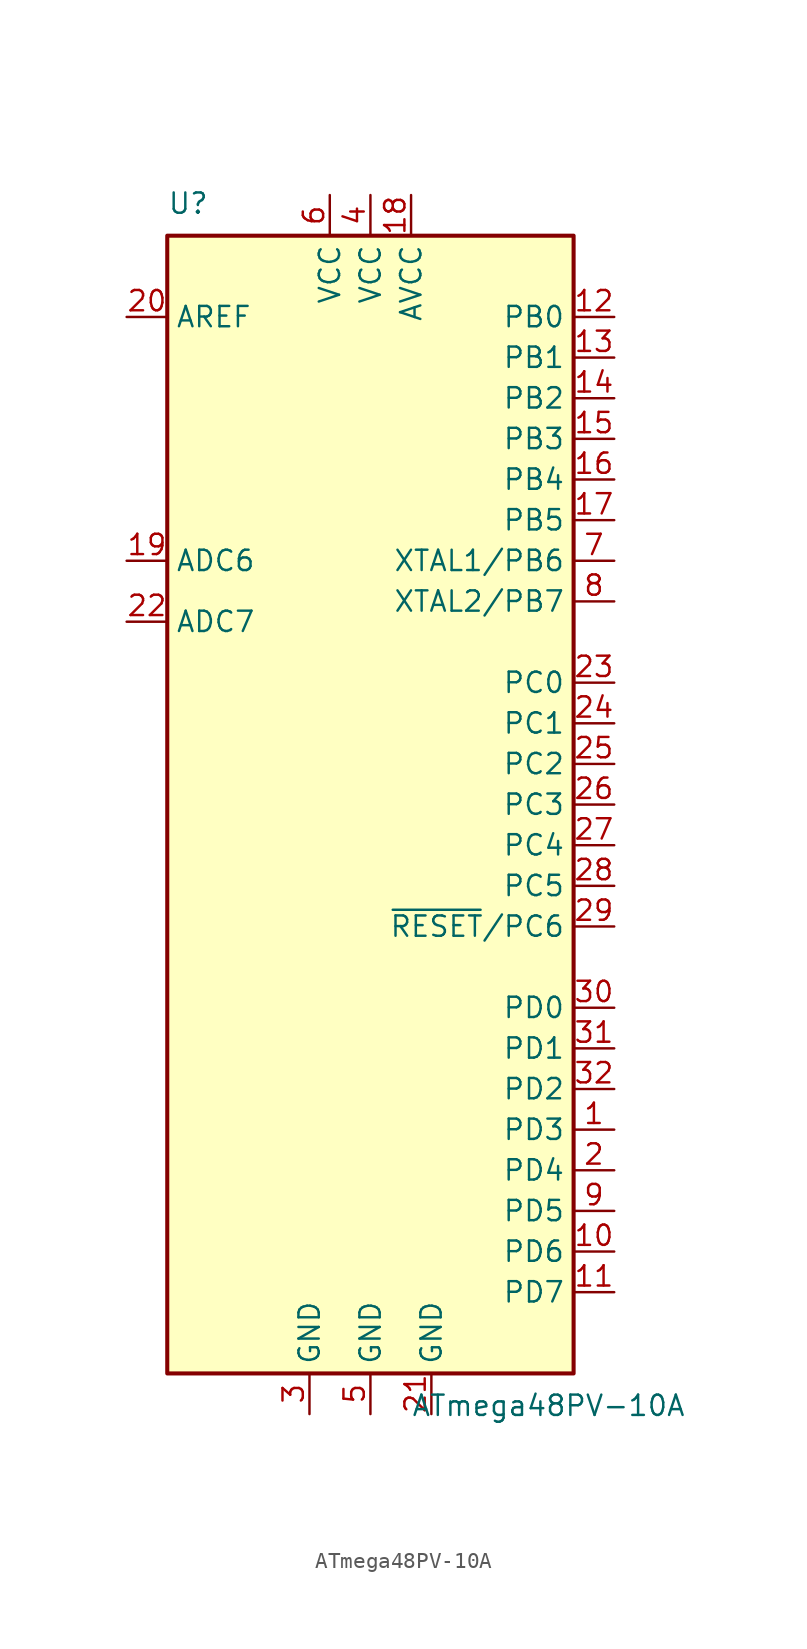
<source format=kicad_sym>
(kicad_symbol_lib
  (version 20220914)
  (generator kicad_symbol_editor)
  (symbol "ATmega48PV-10A"
    (property "Reference" "U"
      (at -12.7 36.83 0)
      (effects (font (size 1.27 1.27)) (justify left bottom)))
    (property "Value" "ATmega48PV-10A"
      (at 2.54 -36.83 0)
      (effects (font (size 1.27 1.27)) (justify left top)))
    (symbol "ATmega48PV-10A_0_1"
      (rectangle (start -12.7 35.56) (end 12.7 -35.56) (stroke (width 0.254) (type default)) (fill (type background))))
    (symbol "ATmega48PV-10A_1_1"
      (pin bidirectional line (at 15.24 -20.32 180) (length 2.54) (name "PD3" (effects (font (size 1.27 1.27)))) (number "1" (effects (font (size 1.27 1.27)))))
      (pin bidirectional line (at 15.24 -27.94 180) (length 2.54) (name "PD6" (effects (font (size 1.27 1.27)))) (number "10" (effects (font (size 1.27 1.27)))))
      (pin bidirectional line (at 15.24 -30.48 180) (length 2.54) (name "PD7" (effects (font (size 1.27 1.27)))) (number "11" (effects (font (size 1.27 1.27)))))
      (pin bidirectional line (at 15.24 30.48 180) (length 2.54) (name "PB0" (effects (font (size 1.27 1.27)))) (number "12" (effects (font (size 1.27 1.27)))))
      (pin bidirectional line (at 15.24 27.94 180) (length 2.54) (name "PB1" (effects (font (size 1.27 1.27)))) (number "13" (effects (font (size 1.27 1.27)))))
      (pin bidirectional line (at 15.24 25.4 180) (length 2.54) (name "PB2" (effects (font (size 1.27 1.27)))) (number "14" (effects (font (size 1.27 1.27)))))
      (pin bidirectional line (at 15.24 22.86 180) (length 2.54) (name "PB3" (effects (font (size 1.27 1.27)))) (number "15" (effects (font (size 1.27 1.27)))))
      (pin bidirectional line (at 15.24 20.32 180) (length 2.54) (name "PB4" (effects (font (size 1.27 1.27)))) (number "16" (effects (font (size 1.27 1.27)))))
      (pin bidirectional line (at 15.24 17.78 180) (length 2.54) (name "PB5" (effects (font (size 1.27 1.27)))) (number "17" (effects (font (size 1.27 1.27)))))
      (pin power_in line (at 2.54 38.1 270) (length 2.54) (name "AVCC" (effects (font (size 1.27 1.27)))) (number "18" (effects (font (size 1.27 1.27)))))
      (pin input line (at -15.24 15.24 0) (length 2.54) (name "ADC6" (effects (font (size 1.27 1.27)))) (number "19" (effects (font (size 1.27 1.27)))))
      (pin bidirectional line (at 15.24 -22.86 180) (length 2.54) (name "PD4" (effects (font (size 1.27 1.27)))) (number "2" (effects (font (size 1.27 1.27)))))
      (pin passive line (at -15.24 30.48 0) (length 2.54) (name "AREF" (effects (font (size 1.27 1.27)))) (number "20" (effects (font (size 1.27 1.27)))))
      (pin passive line (at 3.81 -38.1 90) (length 2.54) (name "GND" (effects (font (size 1.27 1.27)))) (number "21" (effects (font (size 1.27 1.27)))))
      (pin input line (at -15.24 11.43 0) (length 2.54) (name "ADC7" (effects (font (size 1.27 1.27)))) (number "22" (effects (font (size 1.27 1.27)))))
      (pin bidirectional line (at 15.24 7.62 180) (length 2.54) (name "PC0" (effects (font (size 1.27 1.27)))) (number "23" (effects (font (size 1.27 1.27)))))
      (pin bidirectional line (at 15.24 5.08 180) (length 2.54) (name "PC1" (effects (font (size 1.27 1.27)))) (number "24" (effects (font (size 1.27 1.27)))))
      (pin bidirectional line (at 15.24 2.54 180) (length 2.54) (name "PC2" (effects (font (size 1.27 1.27)))) (number "25" (effects (font (size 1.27 1.27)))))
      (pin bidirectional line (at 15.24 0 180) (length 2.54) (name "PC3" (effects (font (size 1.27 1.27)))) (number "26" (effects (font (size 1.27 1.27)))))
      (pin bidirectional line (at 15.24 -2.54 180) (length 2.54) (name "PC4" (effects (font (size 1.27 1.27)))) (number "27" (effects (font (size 1.27 1.27)))))
      (pin bidirectional line (at 15.24 -5.08 180) (length 2.54) (name "PC5" (effects (font (size 1.27 1.27)))) (number "28" (effects (font (size 1.27 1.27)))))
      (pin bidirectional line (at 15.24 -7.62 180) (length 2.54) (name "~{RESET}/PC6" (effects (font (size 1.27 1.27)))) (number "29" (effects (font (size 1.27 1.27)))))
      (pin power_in line (at -3.81 -38.1 90) (length 2.54) (name "GND" (effects (font (size 1.27 1.27)))) (number "3" (effects (font (size 1.27 1.27)))))
      (pin bidirectional line (at 15.24 -12.7 180) (length 2.54) (name "PD0" (effects (font (size 1.27 1.27)))) (number "30" (effects (font (size 1.27 1.27)))))
      (pin bidirectional line (at 15.24 -15.24 180) (length 2.54) (name "PD1" (effects (font (size 1.27 1.27)))) (number "31" (effects (font (size 1.27 1.27)))))
      (pin bidirectional line (at 15.24 -17.78 180) (length 2.54) (name "PD2" (effects (font (size 1.27 1.27)))) (number "32" (effects (font (size 1.27 1.27)))))
      (pin power_in line (at 0 38.1 270) (length 2.54) (name "VCC" (effects (font (size 1.27 1.27)))) (number "4" (effects (font (size 1.27 1.27)))))
      (pin passive line (at 0 -38.1 90) (length 2.54) (name "GND" (effects (font (size 1.27 1.27)))) (number "5" (effects (font (size 1.27 1.27)))))
      (pin passive line (at -2.54 38.1 270) (length 2.54) (name "VCC" (effects (font (size 1.27 1.27)))) (number "6" (effects (font (size 1.27 1.27)))))
      (pin bidirectional line (at 15.24 15.24 180) (length 2.54) (name "XTAL1/PB6" (effects (font (size 1.27 1.27)))) (number "7" (effects (font (size 1.27 1.27)))))
      (pin bidirectional line (at 15.24 12.7 180) (length 2.54) (name "XTAL2/PB7" (effects (font (size 1.27 1.27)))) (number "8" (effects (font (size 1.27 1.27)))))
      (pin bidirectional line (at 15.24 -25.4 180) (length 2.54) (name "PD5" (effects (font (size 1.27 1.27)))) (number "9" (effects (font (size 1.27 1.27))))))))
</source>
